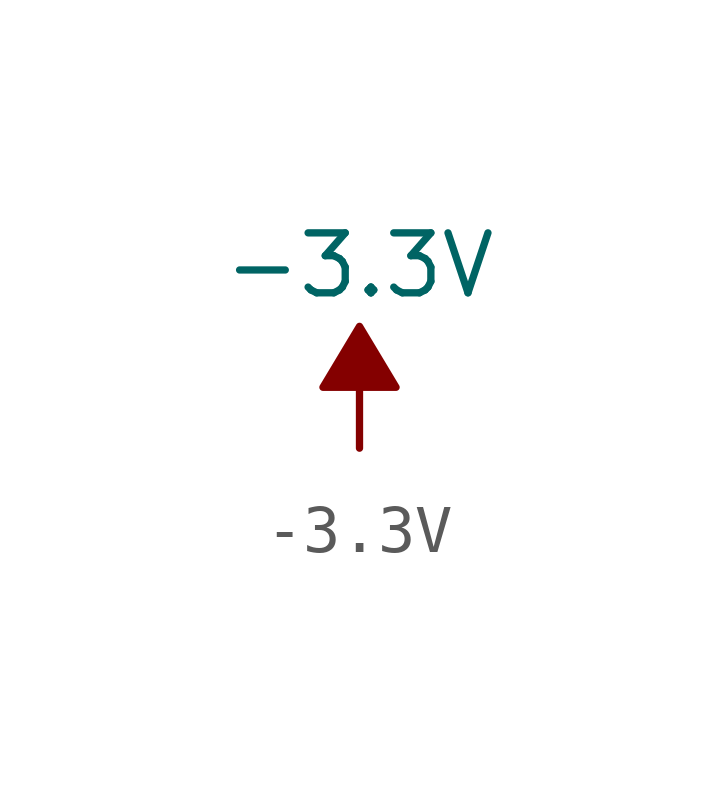
<source format=kicad_sym>
(kicad_symbol_lib
  (version 20231120)
  (generator "kicad_symbol_editor")
  (generator_version "8.0")
  (symbol "-3.3V"
    (power)
    (pin_numbers hide)
    (pin_names
      (offset 0) hide)
    (property "Reference" "#PWR"
      (at 0 -11.46 0)
      (effects (font (size 1.25 1.25)) (hide yes)))
    (property "Value" "-3.3V"
      (at 0 3.81 0)
      (do_not_autoplace)
      (effects (font (size 1.25 1.25))))
    (symbol "-3.3V_0_1"
      (polyline (pts (xy 0 0) (xy 0 1.27) (xy 0.762 1.27) (xy 0 2.54) (xy -0.762 1.27) (xy 0 1.27)) (stroke (width 0) (type default)) (fill (type outline))))
    (symbol "-3.3V_1_0"
      (pin power_in line (at 0 0 90) (length 0) hide (name "-3.3V" (effects (font (size 1.25 1.25)))) (number "1" (effects (font (size 1.25 1.25))))))))
</source>
